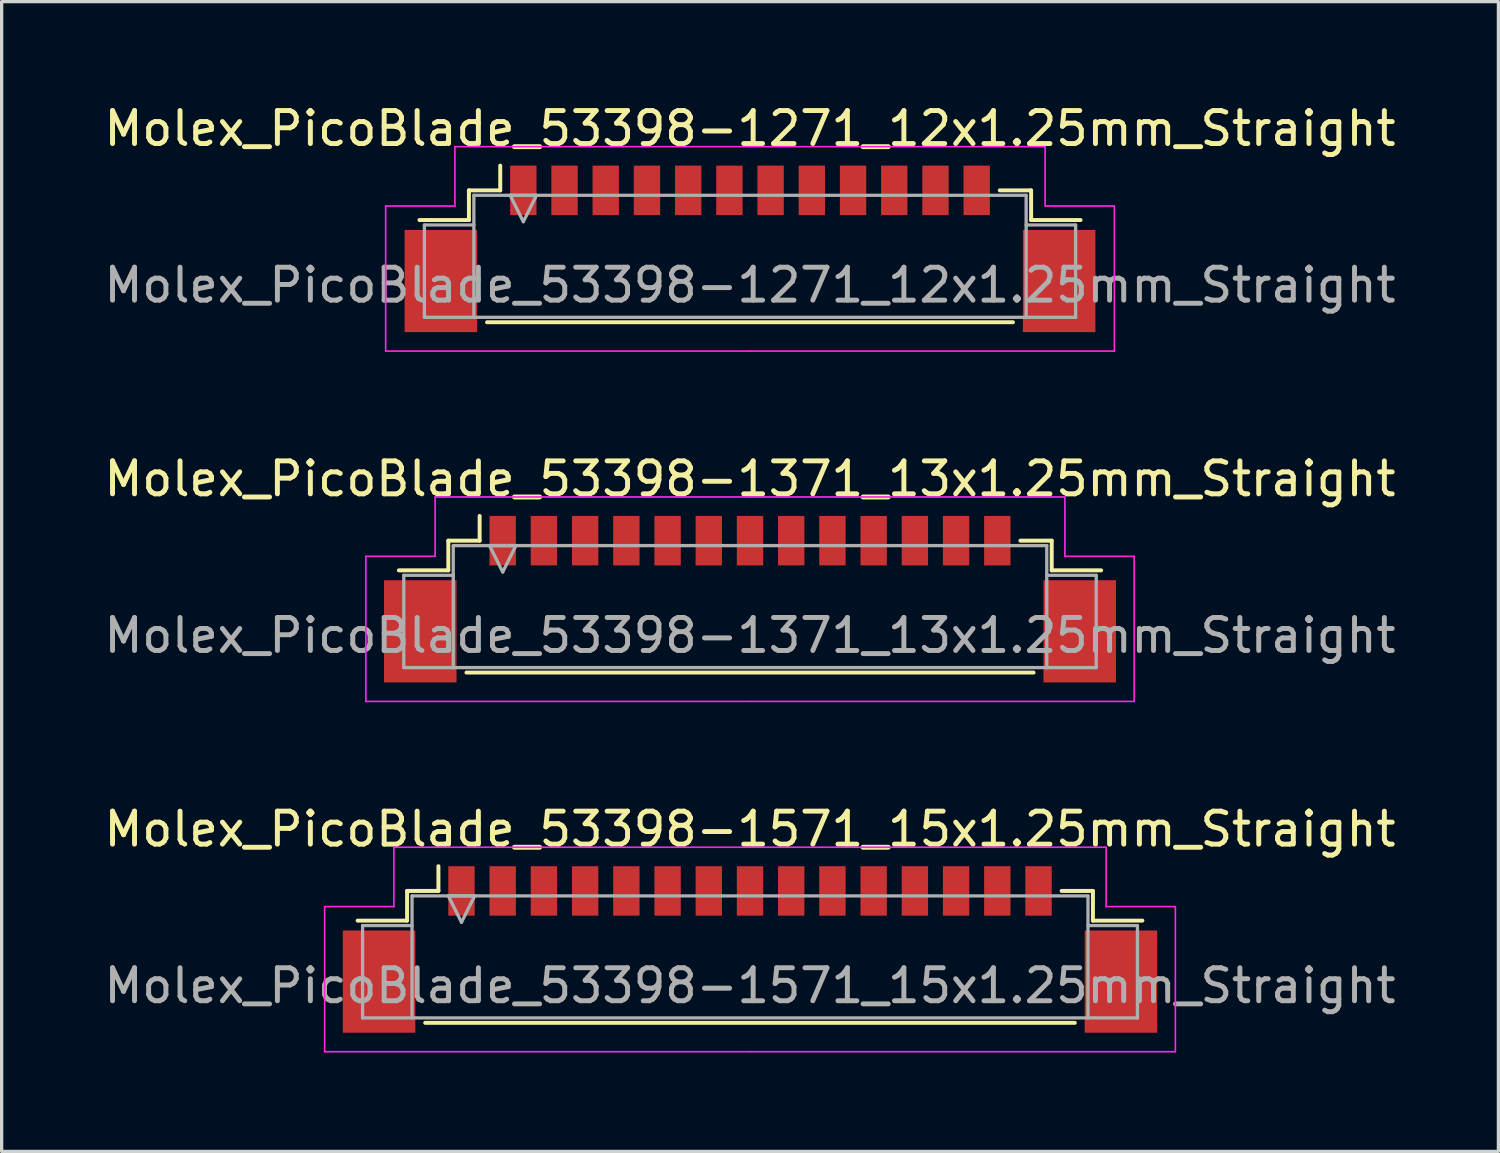
<source format=kicad_pcb>
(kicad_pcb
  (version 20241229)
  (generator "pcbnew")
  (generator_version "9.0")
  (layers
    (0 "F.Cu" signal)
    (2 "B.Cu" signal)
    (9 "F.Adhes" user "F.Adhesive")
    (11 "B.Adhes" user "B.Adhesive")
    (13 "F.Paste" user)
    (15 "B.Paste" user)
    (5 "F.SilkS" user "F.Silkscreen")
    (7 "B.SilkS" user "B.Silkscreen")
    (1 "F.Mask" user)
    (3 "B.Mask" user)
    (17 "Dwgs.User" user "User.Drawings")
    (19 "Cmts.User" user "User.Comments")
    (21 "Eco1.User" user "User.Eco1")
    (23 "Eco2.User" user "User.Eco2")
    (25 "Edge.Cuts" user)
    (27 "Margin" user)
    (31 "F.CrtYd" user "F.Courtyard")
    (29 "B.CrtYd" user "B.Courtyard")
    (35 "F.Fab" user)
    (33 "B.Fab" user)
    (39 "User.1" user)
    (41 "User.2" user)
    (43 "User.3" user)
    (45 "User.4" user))
  (footprint "Molex_PicoBlade_53398-1371_13x1.25mm_Straight"
    (layer "F.Cu")
    (at 19.696 14.722)
    (property "Reference" "Molex_PicoBlade_53398-1371_13x1.25mm_Straight" (at 0 -3.25 0) (layer "F.SilkS") (effects (font (size 1 1) (thickness 0.15))))
    (attr smd)
    (fp_line (start -9.15 -1.375) (end -9.15 -0.475) (stroke (width 0.12) (type solid)) (layer "F.SilkS"))
    (fp_line (start -9.15 -0.475) (end -10.65 -0.475) (stroke (width 0.12) (type solid)) (layer "F.SilkS"))
    (fp_line (start -8.6 2.625) (end 8.6 2.625) (stroke (width 0.12) (type solid)) (layer "F.SilkS"))
    (fp_line (start -8.2 -1.375) (end -9.15 -1.375) (stroke (width 0.12) (type solid)) (layer "F.SilkS"))
    (fp_line (start -8.2 -1.375) (end -8.2 -2.125) (stroke (width 0.12) (type solid)) (layer "F.SilkS"))
    (fp_line (start 8.2 -1.375) (end 9.15 -1.375) (stroke (width 0.12) (type solid)) (layer "F.SilkS"))
    (fp_line (start 9.15 -1.375) (end 9.15 -0.475) (stroke (width 0.12) (type solid)) (layer "F.SilkS"))
    (fp_line (start 9.15 -0.475) (end 10.65 -0.475) (stroke (width 0.12) (type solid)) (layer "F.SilkS"))
    (fp_line (start -11.65 -0.9) (end -11.65 3.5) (stroke (width 0.05) (type solid)) (layer "F.CrtYd"))
    (fp_line (start -11.65 3.5) (end 0 3.5) (stroke (width 0.05) (type solid)) (layer "F.CrtYd"))
    (fp_line (start -9.55 -2.7) (end -9.55 -0.9) (stroke (width 0.05) (type solid)) (layer "F.CrtYd"))
    (fp_line (start -9.55 -0.9) (end -11.65 -0.9) (stroke (width 0.05) (type solid)) (layer "F.CrtYd"))
    (fp_line (start 0 -2.7) (end -9.55 -2.7) (stroke (width 0.05) (type solid)) (layer "F.CrtYd"))
    (fp_line (start 0 -2.7) (end 9.55 -2.7) (stroke (width 0.05) (type solid)) (layer "F.CrtYd"))
    (fp_line (start 9.55 -2.7) (end 9.55 -0.9) (stroke (width 0.05) (type solid)) (layer "F.CrtYd"))
    (fp_line (start 9.55 -0.9) (end 11.65 -0.9) (stroke (width 0.05) (type solid)) (layer "F.CrtYd"))
    (fp_line (start 11.65 -0.9) (end 11.65 3.5) (stroke (width 0.05) (type solid)) (layer "F.CrtYd"))
    (fp_line (start 11.65 3.5) (end 0 3.5) (stroke (width 0.05) (type solid)) (layer "F.CrtYd"))
    (fp_line (start -10.5 -0.325) (end -9 -0.325) (stroke (width 0.1) (type solid)) (layer "F.Fab"))
    (fp_line (start -10.5 2.475) (end -10.5 -0.325) (stroke (width 0.1) (type solid)) (layer "F.Fab"))
    (fp_line (start -9 -1.225) (end -9 2.475) (stroke (width 0.1) (type solid)) (layer "F.Fab"))
    (fp_line (start -9 2.475) (end -10.5 2.475) (stroke (width 0.1) (type solid)) (layer "F.Fab"))
    (fp_line (start -9 2.475) (end 9 2.475) (stroke (width 0.1) (type solid)) (layer "F.Fab"))
    (fp_line (start -7.9 -1.225) (end -7.5 -0.425) (stroke (width 0.1) (type solid)) (layer "F.Fab"))
    (fp_line (start -7.5 -0.425) (end -7.1 -1.225) (stroke (width 0.1) (type solid)) (layer "F.Fab"))
    (fp_line (start -7.1 -1.225) (end -7.9 -1.225) (stroke (width 0.1) (type solid)) (layer "F.Fab"))
    (fp_line (start 9 -1.225) (end -9 -1.225) (stroke (width 0.1) (type solid)) (layer "F.Fab"))
    (fp_line (start 9 2.475) (end 9 -1.225) (stroke (width 0.1) (type solid)) (layer "F.Fab"))
    (fp_line (start 9 2.475) (end 10.5 2.475) (stroke (width 0.1) (type solid)) (layer "F.Fab"))
    (fp_line (start 10.5 -0.325) (end 9 -0.325) (stroke (width 0.1) (type solid)) (layer "F.Fab"))
    (fp_line (start 10.5 2.475) (end 10.5 -0.325) (stroke (width 0.1) (type solid)) (layer "F.Fab"))
    (fp_text user "${REFERENCE}" (at 0 1.5 0) (layer "F.Fab") (effects (font (size 1 1) (thickness 0.15))))
    (pad "" smd rect (at -10 1.375) (size 2.2 3.1) (layers "F.Cu" "F.Mask" "F.Paste"))
    (pad "" smd rect (at 10 1.375) (size 2.2 3.1) (layers "F.Cu" "F.Mask" "F.Paste"))
    (pad "1" smd rect (at -7.5 -1.375) (size 0.8 1.5) (layers "F.Cu" "F.Mask" "F.Paste"))
    (pad "2" smd rect (at -6.25 -1.375) (size 0.8 1.5) (layers "F.Cu" "F.Mask" "F.Paste"))
    (pad "3" smd rect (at -5 -1.375) (size 0.8 1.5) (layers "F.Cu" "F.Mask" "F.Paste"))
    (pad "4" smd rect (at -3.75 -1.375) (size 0.8 1.5) (layers "F.Cu" "F.Mask" "F.Paste"))
    (pad "5" smd rect (at -2.5 -1.375) (size 0.8 1.5) (layers "F.Cu" "F.Mask" "F.Paste"))
    (pad "6" smd rect (at -1.25 -1.375) (size 0.8 1.5) (layers "F.Cu" "F.Mask" "F.Paste"))
    (pad "7" smd rect (at 0 -1.375) (size 0.8 1.5) (layers "F.Cu" "F.Mask" "F.Paste"))
    (pad "8" smd rect (at 1.25 -1.375) (size 0.8 1.5) (layers "F.Cu" "F.Mask" "F.Paste"))
    (pad "9" smd rect (at 2.5 -1.375) (size 0.8 1.5) (layers "F.Cu" "F.Mask" "F.Paste"))
    (pad "10" smd rect (at 3.75 -1.375) (size 0.8 1.5) (layers "F.Cu" "F.Mask" "F.Paste"))
    (pad "11" smd rect (at 5 -1.375) (size 0.8 1.5) (layers "F.Cu" "F.Mask" "F.Paste"))
    (pad "12" smd rect (at 6.25 -1.375) (size 0.8 1.5) (layers "F.Cu" "F.Mask" "F.Paste"))
    (pad "13" smd rect (at 7.5 -1.375) (size 0.8 1.5) (layers "F.Cu" "F.Mask" "F.Paste")))
  (footprint "Molex_PicoBlade_53398-1571_15x1.25mm_Straight"
    (layer "F.Cu")
    (at 19.696 25.345)
    (property "Reference" "Molex_PicoBlade_53398-1571_15x1.25mm_Straight" (at 0 -3.25 0) (layer "F.SilkS") (effects (font (size 1 1) (thickness 0.15))))
    (attr smd)
    (fp_line (start -10.4 -1.375) (end -10.4 -0.475) (stroke (width 0.12) (type solid)) (layer "F.SilkS"))
    (fp_line (start -10.4 -0.475) (end -11.9 -0.475) (stroke (width 0.12) (type solid)) (layer "F.SilkS"))
    (fp_line (start -9.85 2.625) (end 9.85 2.625) (stroke (width 0.12) (type solid)) (layer "F.SilkS"))
    (fp_line (start -9.45 -1.375) (end -10.4 -1.375) (stroke (width 0.12) (type solid)) (layer "F.SilkS"))
    (fp_line (start -9.45 -1.375) (end -9.45 -2.125) (stroke (width 0.12) (type solid)) (layer "F.SilkS"))
    (fp_line (start 9.45 -1.375) (end 10.4 -1.375) (stroke (width 0.12) (type solid)) (layer "F.SilkS"))
    (fp_line (start 10.4 -1.375) (end 10.4 -0.475) (stroke (width 0.12) (type solid)) (layer "F.SilkS"))
    (fp_line (start 10.4 -0.475) (end 11.9 -0.475) (stroke (width 0.12) (type solid)) (layer "F.SilkS"))
    (fp_line (start -12.9 -0.9) (end -12.9 3.5) (stroke (width 0.05) (type solid)) (layer "F.CrtYd"))
    (fp_line (start -12.9 3.5) (end 0 3.5) (stroke (width 0.05) (type solid)) (layer "F.CrtYd"))
    (fp_line (start -10.8 -2.7) (end -10.8 -0.9) (stroke (width 0.05) (type solid)) (layer "F.CrtYd"))
    (fp_line (start -10.8 -0.9) (end -12.9 -0.9) (stroke (width 0.05) (type solid)) (layer "F.CrtYd"))
    (fp_line (start 0 -2.7) (end -10.8 -2.7) (stroke (width 0.05) (type solid)) (layer "F.CrtYd"))
    (fp_line (start 0 -2.7) (end 10.8 -2.7) (stroke (width 0.05) (type solid)) (layer "F.CrtYd"))
    (fp_line (start 10.8 -2.7) (end 10.8 -0.9) (stroke (width 0.05) (type solid)) (layer "F.CrtYd"))
    (fp_line (start 10.8 -0.9) (end 12.9 -0.9) (stroke (width 0.05) (type solid)) (layer "F.CrtYd"))
    (fp_line (start 12.9 -0.9) (end 12.9 3.5) (stroke (width 0.05) (type solid)) (layer "F.CrtYd"))
    (fp_line (start 12.9 3.5) (end 0 3.5) (stroke (width 0.05) (type solid)) (layer "F.CrtYd"))
    (fp_line (start -11.75 -0.325) (end -10.25 -0.325) (stroke (width 0.1) (type solid)) (layer "F.Fab"))
    (fp_line (start -11.75 2.475) (end -11.75 -0.325) (stroke (width 0.1) (type solid)) (layer "F.Fab"))
    (fp_line (start -10.25 -1.225) (end -10.25 2.475) (stroke (width 0.1) (type solid)) (layer "F.Fab"))
    (fp_line (start -10.25 2.475) (end -11.75 2.475) (stroke (width 0.1) (type solid)) (layer "F.Fab"))
    (fp_line (start -10.25 2.475) (end 10.25 2.475) (stroke (width 0.1) (type solid)) (layer "F.Fab"))
    (fp_line (start -9.15 -1.225) (end -8.75 -0.425) (stroke (width 0.1) (type solid)) (layer "F.Fab"))
    (fp_line (start -8.75 -0.425) (end -8.35 -1.225) (stroke (width 0.1) (type solid)) (layer "F.Fab"))
    (fp_line (start -8.35 -1.225) (end -9.15 -1.225) (stroke (width 0.1) (type solid)) (layer "F.Fab"))
    (fp_line (start 10.25 -1.225) (end -10.25 -1.225) (stroke (width 0.1) (type solid)) (layer "F.Fab"))
    (fp_line (start 10.25 2.475) (end 10.25 -1.225) (stroke (width 0.1) (type solid)) (layer "F.Fab"))
    (fp_line (start 10.25 2.475) (end 11.75 2.475) (stroke (width 0.1) (type solid)) (layer "F.Fab"))
    (fp_line (start 11.75 -0.325) (end 10.25 -0.325) (stroke (width 0.1) (type solid)) (layer "F.Fab"))
    (fp_line (start 11.75 2.475) (end 11.75 -0.325) (stroke (width 0.1) (type solid)) (layer "F.Fab"))
    (fp_text user "${REFERENCE}" (at 0 1.5 0) (layer "F.Fab") (effects (font (size 1 1) (thickness 0.15))))
    (pad "" smd rect (at -11.25 1.375) (size 2.2 3.1) (layers "F.Cu" "F.Mask" "F.Paste"))
    (pad "" smd rect (at 11.25 1.375) (size 2.2 3.1) (layers "F.Cu" "F.Mask" "F.Paste"))
    (pad "1" smd rect (at -8.75 -1.375) (size 0.8 1.5) (layers "F.Cu" "F.Mask" "F.Paste"))
    (pad "2" smd rect (at -7.5 -1.375) (size 0.8 1.5) (layers "F.Cu" "F.Mask" "F.Paste"))
    (pad "3" smd rect (at -6.25 -1.375) (size 0.8 1.5) (layers "F.Cu" "F.Mask" "F.Paste"))
    (pad "4" smd rect (at -5 -1.375) (size 0.8 1.5) (layers "F.Cu" "F.Mask" "F.Paste"))
    (pad "5" smd rect (at -3.75 -1.375) (size 0.8 1.5) (layers "F.Cu" "F.Mask" "F.Paste"))
    (pad "6" smd rect (at -2.5 -1.375) (size 0.8 1.5) (layers "F.Cu" "F.Mask" "F.Paste"))
    (pad "7" smd rect (at -1.25 -1.375) (size 0.8 1.5) (layers "F.Cu" "F.Mask" "F.Paste"))
    (pad "8" smd rect (at 0 -1.375) (size 0.8 1.5) (layers "F.Cu" "F.Mask" "F.Paste"))
    (pad "9" smd rect (at 1.25 -1.375) (size 0.8 1.5) (layers "F.Cu" "F.Mask" "F.Paste"))
    (pad "10" smd rect (at 2.5 -1.375) (size 0.8 1.5) (layers "F.Cu" "F.Mask" "F.Paste"))
    (pad "11" smd rect (at 3.75 -1.375) (size 0.8 1.5) (layers "F.Cu" "F.Mask" "F.Paste"))
    (pad "12" smd rect (at 5 -1.375) (size 0.8 1.5) (layers "F.Cu" "F.Mask" "F.Paste"))
    (pad "13" smd rect (at 6.25 -1.375) (size 0.8 1.5) (layers "F.Cu" "F.Mask" "F.Paste"))
    (pad "14" smd rect (at 7.5 -1.375) (size 0.8 1.5) (layers "F.Cu" "F.Mask" "F.Paste"))
    (pad "15" smd rect (at 8.75 -1.375) (size 0.8 1.5) (layers "F.Cu" "F.Mask" "F.Paste")))
  (footprint "Molex_PicoBlade_53398-1271_12x1.25mm_Straight"
    (layer "F.Cu")
    (at 19.696 4.098)
    (property "Reference" "Molex_PicoBlade_53398-1271_12x1.25mm_Straight" (at 0 -3.25 0) (layer "F.SilkS") (effects (font (size 1 1) (thickness 0.15))))
    (attr smd)
    (fp_line (start -8.525 -1.375) (end -8.525 -0.475) (stroke (width 0.12) (type solid)) (layer "F.SilkS"))
    (fp_line (start -8.525 -0.475) (end -10.025 -0.475) (stroke (width 0.12) (type solid)) (layer "F.SilkS"))
    (fp_line (start -7.975 2.625) (end 7.975 2.625) (stroke (width 0.12) (type solid)) (layer "F.SilkS"))
    (fp_line (start -7.575 -1.375) (end -8.525 -1.375) (stroke (width 0.12) (type solid)) (layer "F.SilkS"))
    (fp_line (start -7.575 -1.375) (end -7.575 -2.125) (stroke (width 0.12) (type solid)) (layer "F.SilkS"))
    (fp_line (start 7.575 -1.375) (end 8.525 -1.375) (stroke (width 0.12) (type solid)) (layer "F.SilkS"))
    (fp_line (start 8.525 -1.375) (end 8.525 -0.475) (stroke (width 0.12) (type solid)) (layer "F.SilkS"))
    (fp_line (start 8.525 -0.475) (end 10.025 -0.475) (stroke (width 0.12) (type solid)) (layer "F.SilkS"))
    (fp_line (start -11.05 -0.9) (end -11.05 3.5) (stroke (width 0.05) (type solid)) (layer "F.CrtYd"))
    (fp_line (start -11.05 3.5) (end 0 3.5) (stroke (width 0.05) (type solid)) (layer "F.CrtYd"))
    (fp_line (start -8.95 -2.7) (end -8.95 -0.9) (stroke (width 0.05) (type solid)) (layer "F.CrtYd"))
    (fp_line (start -8.95 -0.9) (end -11.05 -0.9) (stroke (width 0.05) (type solid)) (layer "F.CrtYd"))
    (fp_line (start 0 -2.7) (end -8.95 -2.7) (stroke (width 0.05) (type solid)) (layer "F.CrtYd"))
    (fp_line (start 0 -2.7) (end 8.95 -2.7) (stroke (width 0.05) (type solid)) (layer "F.CrtYd"))
    (fp_line (start 8.95 -2.7) (end 8.95 -0.9) (stroke (width 0.05) (type solid)) (layer "F.CrtYd"))
    (fp_line (start 8.95 -0.9) (end 11.05 -0.9) (stroke (width 0.05) (type solid)) (layer "F.CrtYd"))
    (fp_line (start 11.05 -0.9) (end 11.05 3.5) (stroke (width 0.05) (type solid)) (layer "F.CrtYd"))
    (fp_line (start 11.05 3.5) (end 0 3.5) (stroke (width 0.05) (type solid)) (layer "F.CrtYd"))
    (fp_line (start -9.875 -0.325) (end -8.375 -0.325) (stroke (width 0.1) (type solid)) (layer "F.Fab"))
    (fp_line (start -9.875 2.475) (end -9.875 -0.325) (stroke (width 0.1) (type solid)) (layer "F.Fab"))
    (fp_line (start -8.375 -1.225) (end -8.375 2.475) (stroke (width 0.1) (type solid)) (layer "F.Fab"))
    (fp_line (start -8.375 2.475) (end -9.875 2.475) (stroke (width 0.1) (type solid)) (layer "F.Fab"))
    (fp_line (start -8.375 2.475) (end 8.375 2.475) (stroke (width 0.1) (type solid)) (layer "F.Fab"))
    (fp_line (start -7.275 -1.225) (end -6.875 -0.425) (stroke (width 0.1) (type solid)) (layer "F.Fab"))
    (fp_line (start -6.875 -0.425) (end -6.475 -1.225) (stroke (width 0.1) (type solid)) (layer "F.Fab"))
    (fp_line (start -6.475 -1.225) (end -7.275 -1.225) (stroke (width 0.1) (type solid)) (layer "F.Fab"))
    (fp_line (start 8.375 -1.225) (end -8.375 -1.225) (stroke (width 0.1) (type solid)) (layer "F.Fab"))
    (fp_line (start 8.375 2.475) (end 8.375 -1.225) (stroke (width 0.1) (type solid)) (layer "F.Fab"))
    (fp_line (start 8.375 2.475) (end 9.875 2.475) (stroke (width 0.1) (type solid)) (layer "F.Fab"))
    (fp_line (start 9.875 -0.325) (end 8.375 -0.325) (stroke (width 0.1) (type solid)) (layer "F.Fab"))
    (fp_line (start 9.875 2.475) (end 9.875 -0.325) (stroke (width 0.1) (type solid)) (layer "F.Fab"))
    (fp_text user "${REFERENCE}" (at 0 1.5 0) (layer "F.Fab") (effects (font (size 1 1) (thickness 0.15))))
    (pad "" smd rect (at -9.375 1.375) (size 2.2 3.1) (layers "F.Cu" "F.Mask" "F.Paste"))
    (pad "" smd rect (at 9.375 1.375) (size 2.2 3.1) (layers "F.Cu" "F.Mask" "F.Paste"))
    (pad "1" smd rect (at -6.875 -1.375) (size 0.8 1.5) (layers "F.Cu" "F.Mask" "F.Paste"))
    (pad "2" smd rect (at -5.625 -1.375) (size 0.8 1.5) (layers "F.Cu" "F.Mask" "F.Paste"))
    (pad "3" smd rect (at -4.375 -1.375) (size 0.8 1.5) (layers "F.Cu" "F.Mask" "F.Paste"))
    (pad "4" smd rect (at -3.125 -1.375) (size 0.8 1.5) (layers "F.Cu" "F.Mask" "F.Paste"))
    (pad "5" smd rect (at -1.875 -1.375) (size 0.8 1.5) (layers "F.Cu" "F.Mask" "F.Paste"))
    (pad "6" smd rect (at -0.625 -1.375) (size 0.8 1.5) (layers "F.Cu" "F.Mask" "F.Paste"))
    (pad "7" smd rect (at 0.625 -1.375) (size 0.8 1.5) (layers "F.Cu" "F.Mask" "F.Paste"))
    (pad "8" smd rect (at 1.875 -1.375) (size 0.8 1.5) (layers "F.Cu" "F.Mask" "F.Paste"))
    (pad "9" smd rect (at 3.125 -1.375) (size 0.8 1.5) (layers "F.Cu" "F.Mask" "F.Paste"))
    (pad "10" smd rect (at 4.375 -1.375) (size 0.8 1.5) (layers "F.Cu" "F.Mask" "F.Paste"))
    (pad "11" smd rect (at 5.625 -1.375) (size 0.8 1.5) (layers "F.Cu" "F.Mask" "F.Paste"))
    (pad "12" smd rect (at 6.875 -1.375) (size 0.8 1.5) (layers "F.Cu" "F.Mask" "F.Paste")))
  (gr_rect
    (start -3 -3)
    (end 42.393 31.87)
    (stroke (width 0.1) (type default))
    (fill no)
    (layer "Edge.Cuts")))
</source>
